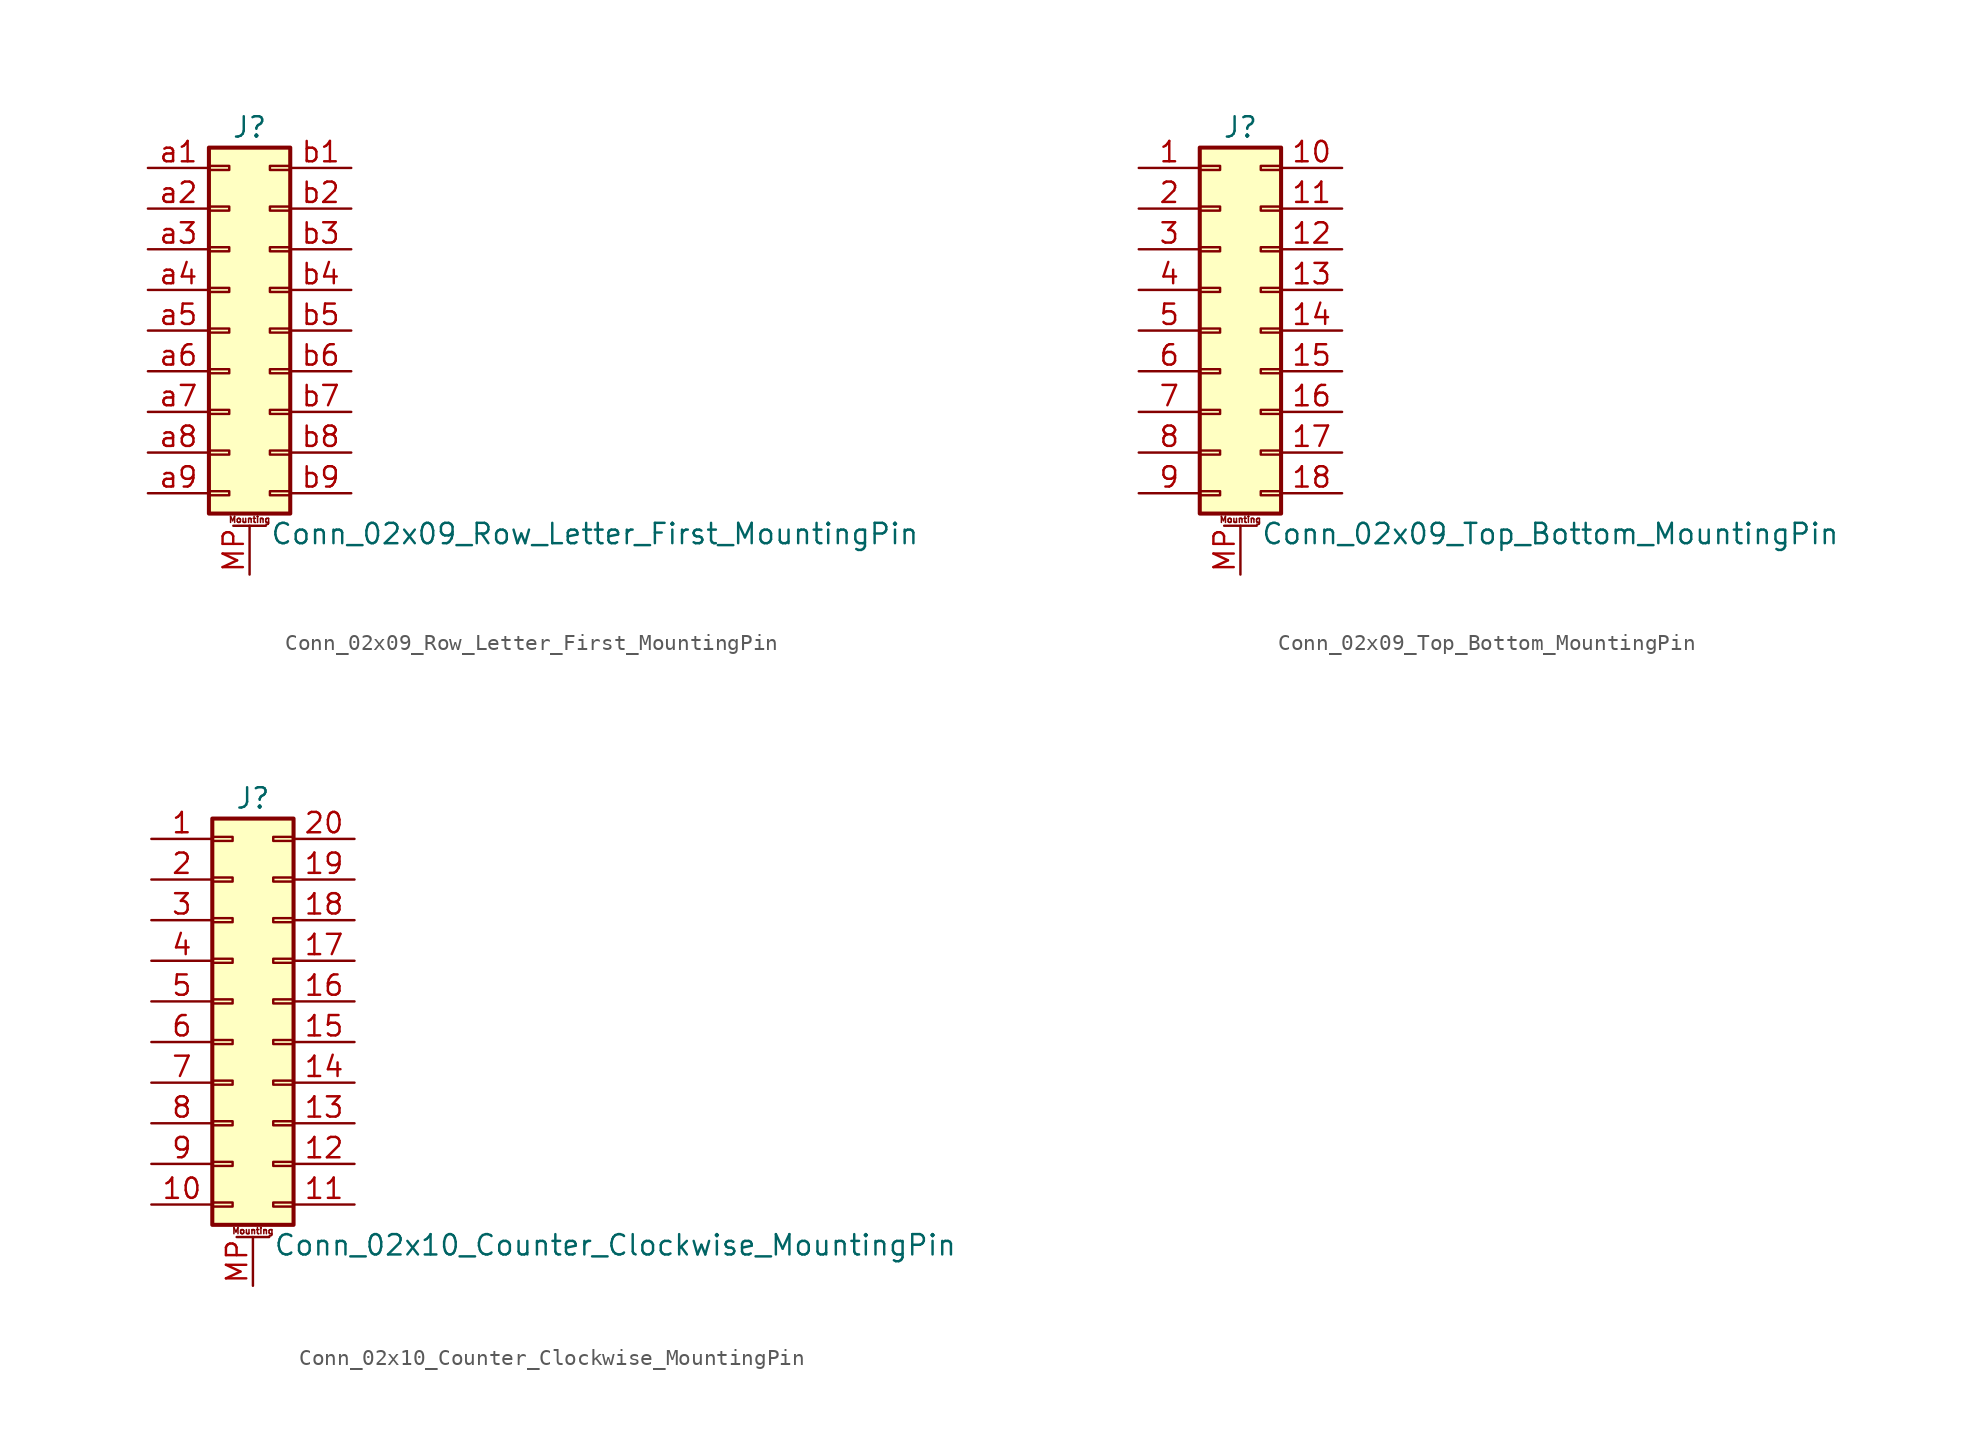
<source format=kicad_sym>
(kicad_symbol_lib
  (version 20201005)
  (generator kicad_symbol_editor)
  (symbol "Conn_02x09_Row_Letter_First_MountingPin"
    (pin_names
      (offset 1.016) hide)
    (property "Reference" "J"
      (at 1.27 12.7 0)
      (effects (font (size 1.27 1.27))))
    (property "Value" "Conn_02x09_Row_Letter_First_MountingPin"
      (at 2.54 -12.7 0)
      (effects (font (size 1.27 1.27)) (justify left)))
    (symbol "Conn_02x09_Row_Letter_First_MountingPin_1_1"
      (text "Mounting" (at 1.27 -11.811 0) (effects (font (size 0.381 0.381))))
      (rectangle (start -1.27 -10.033) (end 0 -10.287) (stroke (width 0.152)) (fill (type none)))
      (rectangle (start -1.27 -7.493) (end 0 -7.747) (stroke (width 0.152)) (fill (type none)))
      (rectangle (start -1.27 -4.953) (end 0 -5.207) (stroke (width 0.152)) (fill (type none)))
      (rectangle (start -1.27 -2.413) (end 0 -2.667) (stroke (width 0.152)) (fill (type none)))
      (rectangle (start -1.27 0.127) (end 0 -0.127) (stroke (width 0.152)) (fill (type none)))
      (rectangle (start -1.27 2.667) (end 0 2.413) (stroke (width 0.152)) (fill (type none)))
      (rectangle (start -1.27 5.207) (end 0 4.953) (stroke (width 0.152)) (fill (type none)))
      (rectangle (start -1.27 7.747) (end 0 7.493) (stroke (width 0.152)) (fill (type none)))
      (rectangle (start -1.27 10.287) (end 0 10.033) (stroke (width 0.152)) (fill (type none)))
      (rectangle (start 3.81 -10.033) (end 2.54 -10.287) (stroke (width 0.152)) (fill (type none)))
      (rectangle (start 3.81 -7.493) (end 2.54 -7.747) (stroke (width 0.152)) (fill (type none)))
      (rectangle (start 3.81 -4.953) (end 2.54 -5.207) (stroke (width 0.152)) (fill (type none)))
      (rectangle (start 3.81 -2.413) (end 2.54 -2.667) (stroke (width 0.152)) (fill (type none)))
      (rectangle (start 3.81 0.127) (end 2.54 -0.127) (stroke (width 0.152)) (fill (type none)))
      (rectangle (start 3.81 2.667) (end 2.54 2.413) (stroke (width 0.152)) (fill (type none)))
      (rectangle (start 3.81 5.207) (end 2.54 4.953) (stroke (width 0.152)) (fill (type none)))
      (rectangle (start 3.81 7.747) (end 2.54 7.493) (stroke (width 0.152)) (fill (type none)))
      (rectangle (start 3.81 10.287) (end 2.54 10.033) (stroke (width 0.152)) (fill (type none)))
      (rectangle (start -1.27 11.43) (end 3.81 -11.43) (stroke (width 0.254)) (fill (type background)))
      (polyline (pts (xy 0.254 -12.192) (xy 2.286 -12.192)) (stroke (width 0.152)) (fill (type none)))
      (pin passive line (at 1.27 -15.24 90) (length 3.048) (name "MountPin" (effects (font (size 1.27 1.27)))) (number "MP" (effects (font (size 1.27 1.27)))))
      (pin passive line (at -5.08 10.16 0) (length 3.81) (name "Pin_a1" (effects (font (size 1.27 1.27)))) (number "a1" (effects (font (size 1.27 1.27)))))
      (pin passive line (at -5.08 7.62 0) (length 3.81) (name "Pin_a2" (effects (font (size 1.27 1.27)))) (number "a2" (effects (font (size 1.27 1.27)))))
      (pin passive line (at -5.08 5.08 0) (length 3.81) (name "Pin_a3" (effects (font (size 1.27 1.27)))) (number "a3" (effects (font (size 1.27 1.27)))))
      (pin passive line (at -5.08 2.54 0) (length 3.81) (name "Pin_a4" (effects (font (size 1.27 1.27)))) (number "a4" (effects (font (size 1.27 1.27)))))
      (pin passive line (at -5.08 0 0) (length 3.81) (name "Pin_a5" (effects (font (size 1.27 1.27)))) (number "a5" (effects (font (size 1.27 1.27)))))
      (pin passive line (at -5.08 -2.54 0) (length 3.81) (name "Pin_a6" (effects (font (size 1.27 1.27)))) (number "a6" (effects (font (size 1.27 1.27)))))
      (pin passive line (at -5.08 -5.08 0) (length 3.81) (name "Pin_a7" (effects (font (size 1.27 1.27)))) (number "a7" (effects (font (size 1.27 1.27)))))
      (pin passive line (at -5.08 -7.62 0) (length 3.81) (name "Pin_a8" (effects (font (size 1.27 1.27)))) (number "a8" (effects (font (size 1.27 1.27)))))
      (pin passive line (at -5.08 -10.16 0) (length 3.81) (name "Pin_a9" (effects (font (size 1.27 1.27)))) (number "a9" (effects (font (size 1.27 1.27)))))
      (pin passive line (at 7.62 10.16 180) (length 3.81) (name "Pin_b1" (effects (font (size 1.27 1.27)))) (number "b1" (effects (font (size 1.27 1.27)))))
      (pin passive line (at 7.62 7.62 180) (length 3.81) (name "Pin_b2" (effects (font (size 1.27 1.27)))) (number "b2" (effects (font (size 1.27 1.27)))))
      (pin passive line (at 7.62 5.08 180) (length 3.81) (name "Pin_b3" (effects (font (size 1.27 1.27)))) (number "b3" (effects (font (size 1.27 1.27)))))
      (pin passive line (at 7.62 2.54 180) (length 3.81) (name "Pin_b4" (effects (font (size 1.27 1.27)))) (number "b4" (effects (font (size 1.27 1.27)))))
      (pin passive line (at 7.62 0 180) (length 3.81) (name "Pin_b5" (effects (font (size 1.27 1.27)))) (number "b5" (effects (font (size 1.27 1.27)))))
      (pin passive line (at 7.62 -2.54 180) (length 3.81) (name "Pin_b6" (effects (font (size 1.27 1.27)))) (number "b6" (effects (font (size 1.27 1.27)))))
      (pin passive line (at 7.62 -5.08 180) (length 3.81) (name "Pin_b7" (effects (font (size 1.27 1.27)))) (number "b7" (effects (font (size 1.27 1.27)))))
      (pin passive line (at 7.62 -7.62 180) (length 3.81) (name "Pin_b8" (effects (font (size 1.27 1.27)))) (number "b8" (effects (font (size 1.27 1.27)))))
      (pin passive line (at 7.62 -10.16 180) (length 3.81) (name "Pin_b9" (effects (font (size 1.27 1.27)))) (number "b9" (effects (font (size 1.27 1.27)))))))
  (symbol "Conn_02x09_Top_Bottom_MountingPin"
    (pin_names
      (offset 1.016) hide)
    (property "Reference" "J"
      (at 1.27 12.7 0)
      (effects (font (size 1.27 1.27))))
    (property "Value" "Conn_02x09_Top_Bottom_MountingPin"
      (at 2.54 -12.7 0)
      (effects (font (size 1.27 1.27)) (justify left)))
    (symbol "Conn_02x09_Top_Bottom_MountingPin_1_1"
      (text "Mounting" (at 1.27 -11.811 0) (effects (font (size 0.381 0.381))))
      (rectangle (start -1.27 -10.033) (end 0 -10.287) (stroke (width 0.152)) (fill (type none)))
      (rectangle (start -1.27 -7.493) (end 0 -7.747) (stroke (width 0.152)) (fill (type none)))
      (rectangle (start -1.27 -4.953) (end 0 -5.207) (stroke (width 0.152)) (fill (type none)))
      (rectangle (start -1.27 -2.413) (end 0 -2.667) (stroke (width 0.152)) (fill (type none)))
      (rectangle (start -1.27 0.127) (end 0 -0.127) (stroke (width 0.152)) (fill (type none)))
      (rectangle (start -1.27 2.667) (end 0 2.413) (stroke (width 0.152)) (fill (type none)))
      (rectangle (start -1.27 5.207) (end 0 4.953) (stroke (width 0.152)) (fill (type none)))
      (rectangle (start -1.27 7.747) (end 0 7.493) (stroke (width 0.152)) (fill (type none)))
      (rectangle (start -1.27 10.287) (end 0 10.033) (stroke (width 0.152)) (fill (type none)))
      (rectangle (start 3.81 -10.033) (end 2.54 -10.287) (stroke (width 0.152)) (fill (type none)))
      (rectangle (start 3.81 -7.493) (end 2.54 -7.747) (stroke (width 0.152)) (fill (type none)))
      (rectangle (start 3.81 -4.953) (end 2.54 -5.207) (stroke (width 0.152)) (fill (type none)))
      (rectangle (start 3.81 -2.413) (end 2.54 -2.667) (stroke (width 0.152)) (fill (type none)))
      (rectangle (start 3.81 0.127) (end 2.54 -0.127) (stroke (width 0.152)) (fill (type none)))
      (rectangle (start 3.81 2.667) (end 2.54 2.413) (stroke (width 0.152)) (fill (type none)))
      (rectangle (start 3.81 5.207) (end 2.54 4.953) (stroke (width 0.152)) (fill (type none)))
      (rectangle (start 3.81 7.747) (end 2.54 7.493) (stroke (width 0.152)) (fill (type none)))
      (rectangle (start 3.81 10.287) (end 2.54 10.033) (stroke (width 0.152)) (fill (type none)))
      (rectangle (start -1.27 11.43) (end 3.81 -11.43) (stroke (width 0.254)) (fill (type background)))
      (polyline (pts (xy 0.254 -12.192) (xy 2.286 -12.192)) (stroke (width 0.152)) (fill (type none)))
      (pin passive line (at -5.08 10.16 0) (length 3.81) (name "Pin_1" (effects (font (size 1.27 1.27)))) (number "1" (effects (font (size 1.27 1.27)))))
      (pin passive line (at 7.62 10.16 180) (length 3.81) (name "Pin_10" (effects (font (size 1.27 1.27)))) (number "10" (effects (font (size 1.27 1.27)))))
      (pin passive line (at 7.62 7.62 180) (length 3.81) (name "Pin_11" (effects (font (size 1.27 1.27)))) (number "11" (effects (font (size 1.27 1.27)))))
      (pin passive line (at 7.62 5.08 180) (length 3.81) (name "Pin_12" (effects (font (size 1.27 1.27)))) (number "12" (effects (font (size 1.27 1.27)))))
      (pin passive line (at 7.62 2.54 180) (length 3.81) (name "Pin_13" (effects (font (size 1.27 1.27)))) (number "13" (effects (font (size 1.27 1.27)))))
      (pin passive line (at 7.62 0 180) (length 3.81) (name "Pin_14" (effects (font (size 1.27 1.27)))) (number "14" (effects (font (size 1.27 1.27)))))
      (pin passive line (at 7.62 -2.54 180) (length 3.81) (name "Pin_15" (effects (font (size 1.27 1.27)))) (number "15" (effects (font (size 1.27 1.27)))))
      (pin passive line (at 7.62 -5.08 180) (length 3.81) (name "Pin_16" (effects (font (size 1.27 1.27)))) (number "16" (effects (font (size 1.27 1.27)))))
      (pin passive line (at 7.62 -7.62 180) (length 3.81) (name "Pin_17" (effects (font (size 1.27 1.27)))) (number "17" (effects (font (size 1.27 1.27)))))
      (pin passive line (at 7.62 -10.16 180) (length 3.81) (name "Pin_18" (effects (font (size 1.27 1.27)))) (number "18" (effects (font (size 1.27 1.27)))))
      (pin passive line (at -5.08 7.62 0) (length 3.81) (name "Pin_2" (effects (font (size 1.27 1.27)))) (number "2" (effects (font (size 1.27 1.27)))))
      (pin passive line (at -5.08 5.08 0) (length 3.81) (name "Pin_3" (effects (font (size 1.27 1.27)))) (number "3" (effects (font (size 1.27 1.27)))))
      (pin passive line (at -5.08 2.54 0) (length 3.81) (name "Pin_4" (effects (font (size 1.27 1.27)))) (number "4" (effects (font (size 1.27 1.27)))))
      (pin passive line (at -5.08 0 0) (length 3.81) (name "Pin_5" (effects (font (size 1.27 1.27)))) (number "5" (effects (font (size 1.27 1.27)))))
      (pin passive line (at -5.08 -2.54 0) (length 3.81) (name "Pin_6" (effects (font (size 1.27 1.27)))) (number "6" (effects (font (size 1.27 1.27)))))
      (pin passive line (at -5.08 -5.08 0) (length 3.81) (name "Pin_7" (effects (font (size 1.27 1.27)))) (number "7" (effects (font (size 1.27 1.27)))))
      (pin passive line (at -5.08 -7.62 0) (length 3.81) (name "Pin_8" (effects (font (size 1.27 1.27)))) (number "8" (effects (font (size 1.27 1.27)))))
      (pin passive line (at -5.08 -10.16 0) (length 3.81) (name "Pin_9" (effects (font (size 1.27 1.27)))) (number "9" (effects (font (size 1.27 1.27)))))
      (pin passive line (at 1.27 -15.24 90) (length 3.048) (name "MountPin" (effects (font (size 1.27 1.27)))) (number "MP" (effects (font (size 1.27 1.27)))))))
  (symbol "Conn_02x10_Counter_Clockwise_MountingPin"
    (pin_names
      (offset 1.016) hide)
    (property "Reference" "J"
      (at 1.27 12.7 0)
      (effects (font (size 1.27 1.27))))
    (property "Value" "Conn_02x10_Counter_Clockwise_MountingPin"
      (at 2.54 -15.24 0)
      (effects (font (size 1.27 1.27)) (justify left)))
    (symbol "Conn_02x10_Counter_Clockwise_MountingPin_1_1"
      (text "Mounting" (at 1.27 -14.351 0) (effects (font (size 0.381 0.381))))
      (rectangle (start -1.27 -12.573) (end 0 -12.827) (stroke (width 0.152)) (fill (type none)))
      (rectangle (start -1.27 -10.033) (end 0 -10.287) (stroke (width 0.152)) (fill (type none)))
      (rectangle (start -1.27 -7.493) (end 0 -7.747) (stroke (width 0.152)) (fill (type none)))
      (rectangle (start -1.27 -4.953) (end 0 -5.207) (stroke (width 0.152)) (fill (type none)))
      (rectangle (start -1.27 -2.413) (end 0 -2.667) (stroke (width 0.152)) (fill (type none)))
      (rectangle (start -1.27 0.127) (end 0 -0.127) (stroke (width 0.152)) (fill (type none)))
      (rectangle (start -1.27 2.667) (end 0 2.413) (stroke (width 0.152)) (fill (type none)))
      (rectangle (start -1.27 5.207) (end 0 4.953) (stroke (width 0.152)) (fill (type none)))
      (rectangle (start -1.27 7.747) (end 0 7.493) (stroke (width 0.152)) (fill (type none)))
      (rectangle (start -1.27 10.287) (end 0 10.033) (stroke (width 0.152)) (fill (type none)))
      (rectangle (start 3.81 -12.573) (end 2.54 -12.827) (stroke (width 0.152)) (fill (type none)))
      (rectangle (start 3.81 -10.033) (end 2.54 -10.287) (stroke (width 0.152)) (fill (type none)))
      (rectangle (start 3.81 -7.493) (end 2.54 -7.747) (stroke (width 0.152)) (fill (type none)))
      (rectangle (start 3.81 -4.953) (end 2.54 -5.207) (stroke (width 0.152)) (fill (type none)))
      (rectangle (start 3.81 -2.413) (end 2.54 -2.667) (stroke (width 0.152)) (fill (type none)))
      (rectangle (start 3.81 0.127) (end 2.54 -0.127) (stroke (width 0.152)) (fill (type none)))
      (rectangle (start 3.81 2.667) (end 2.54 2.413) (stroke (width 0.152)) (fill (type none)))
      (rectangle (start 3.81 5.207) (end 2.54 4.953) (stroke (width 0.152)) (fill (type none)))
      (rectangle (start 3.81 7.747) (end 2.54 7.493) (stroke (width 0.152)) (fill (type none)))
      (rectangle (start 3.81 10.287) (end 2.54 10.033) (stroke (width 0.152)) (fill (type none)))
      (rectangle (start -1.27 11.43) (end 3.81 -13.97) (stroke (width 0.254)) (fill (type background)))
      (polyline (pts (xy 0.254 -14.732) (xy 2.286 -14.732)) (stroke (width 0.152)) (fill (type none)))
      (pin passive line (at -5.08 10.16 0) (length 3.81) (name "Pin_1" (effects (font (size 1.27 1.27)))) (number "1" (effects (font (size 1.27 1.27)))))
      (pin passive line (at -5.08 -12.7 0) (length 3.81) (name "Pin_10" (effects (font (size 1.27 1.27)))) (number "10" (effects (font (size 1.27 1.27)))))
      (pin passive line (at 7.62 -12.7 180) (length 3.81) (name "Pin_11" (effects (font (size 1.27 1.27)))) (number "11" (effects (font (size 1.27 1.27)))))
      (pin passive line (at 7.62 -10.16 180) (length 3.81) (name "Pin_12" (effects (font (size 1.27 1.27)))) (number "12" (effects (font (size 1.27 1.27)))))
      (pin passive line (at 7.62 -7.62 180) (length 3.81) (name "Pin_13" (effects (font (size 1.27 1.27)))) (number "13" (effects (font (size 1.27 1.27)))))
      (pin passive line (at 7.62 -5.08 180) (length 3.81) (name "Pin_14" (effects (font (size 1.27 1.27)))) (number "14" (effects (font (size 1.27 1.27)))))
      (pin passive line (at 7.62 -2.54 180) (length 3.81) (name "Pin_15" (effects (font (size 1.27 1.27)))) (number "15" (effects (font (size 1.27 1.27)))))
      (pin passive line (at 7.62 0 180) (length 3.81) (name "Pin_16" (effects (font (size 1.27 1.27)))) (number "16" (effects (font (size 1.27 1.27)))))
      (pin passive line (at 7.62 2.54 180) (length 3.81) (name "Pin_17" (effects (font (size 1.27 1.27)))) (number "17" (effects (font (size 1.27 1.27)))))
      (pin passive line (at 7.62 5.08 180) (length 3.81) (name "Pin_18" (effects (font (size 1.27 1.27)))) (number "18" (effects (font (size 1.27 1.27)))))
      (pin passive line (at 7.62 7.62 180) (length 3.81) (name "Pin_19" (effects (font (size 1.27 1.27)))) (number "19" (effects (font (size 1.27 1.27)))))
      (pin passive line (at -5.08 7.62 0) (length 3.81) (name "Pin_2" (effects (font (size 1.27 1.27)))) (number "2" (effects (font (size 1.27 1.27)))))
      (pin passive line (at 7.62 10.16 180) (length 3.81) (name "Pin_20" (effects (font (size 1.27 1.27)))) (number "20" (effects (font (size 1.27 1.27)))))
      (pin passive line (at -5.08 5.08 0) (length 3.81) (name "Pin_3" (effects (font (size 1.27 1.27)))) (number "3" (effects (font (size 1.27 1.27)))))
      (pin passive line (at -5.08 2.54 0) (length 3.81) (name "Pin_4" (effects (font (size 1.27 1.27)))) (number "4" (effects (font (size 1.27 1.27)))))
      (pin passive line (at -5.08 0 0) (length 3.81) (name "Pin_5" (effects (font (size 1.27 1.27)))) (number "5" (effects (font (size 1.27 1.27)))))
      (pin passive line (at -5.08 -2.54 0) (length 3.81) (name "Pin_6" (effects (font (size 1.27 1.27)))) (number "6" (effects (font (size 1.27 1.27)))))
      (pin passive line (at -5.08 -5.08 0) (length 3.81) (name "Pin_7" (effects (font (size 1.27 1.27)))) (number "7" (effects (font (size 1.27 1.27)))))
      (pin passive line (at -5.08 -7.62 0) (length 3.81) (name "Pin_8" (effects (font (size 1.27 1.27)))) (number "8" (effects (font (size 1.27 1.27)))))
      (pin passive line (at -5.08 -10.16 0) (length 3.81) (name "Pin_9" (effects (font (size 1.27 1.27)))) (number "9" (effects (font (size 1.27 1.27)))))
      (pin passive line (at 1.27 -17.78 90) (length 3.048) (name "MountPin" (effects (font (size 1.27 1.27)))) (number "MP" (effects (font (size 1.27 1.27))))))))
</source>
